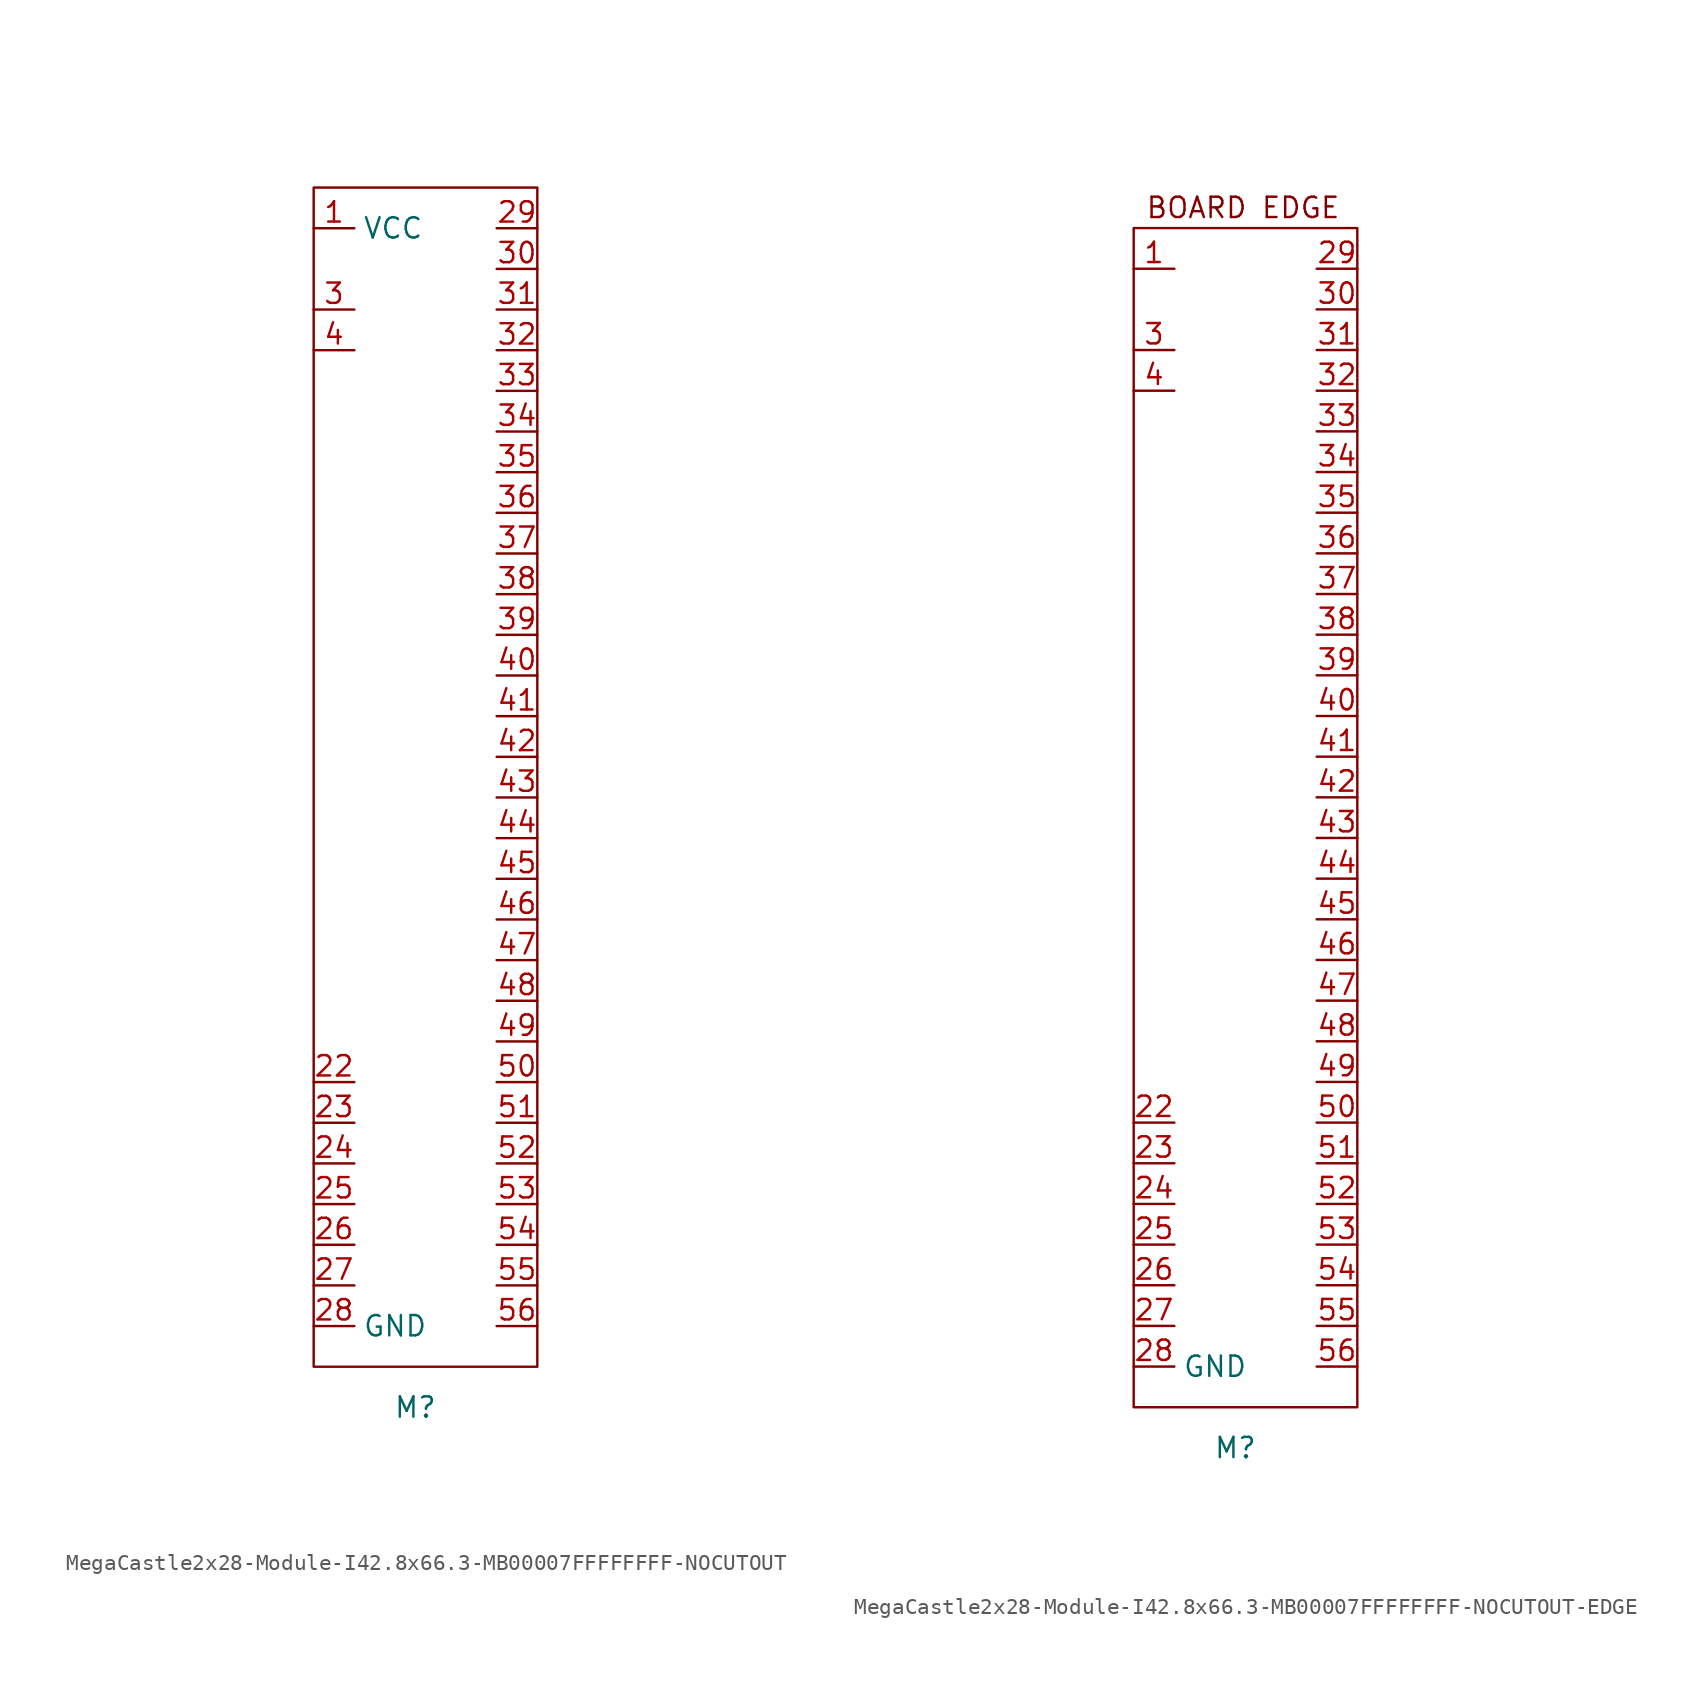
<source format=kicad_sym>
(kicad_symbol_lib
  (version 20241209)
  (generator "kicad_symbol_editor")
  (generator_version "9.0")
  (symbol "MegaCastle2x28-Module-I42.8x66.3-MB00007FFFFFFFF-NOCUTOUT"
    (property "Reference" "M"
      (at 0 -39.37 0)
      (effects (font (size 1.27 1.27))))
    (property "Value" ""
      (at 0 5.08 0)
      (effects (font (size 1.27 1.27))))
    (symbol "MegaCastle2x28-Module-I42.8x66.3-MB00007FFFFFFFF-NOCUTOUT_0_1"
      (rectangle (start -6.35 36.83) (end 7.62 -36.83) (stroke (width 0) (type default)) (fill (type none))))
    (symbol "MegaCastle2x28-Module-I42.8x66.3-MB00007FFFFFFFF-NOCUTOUT_1_1"
      (pin bidirectional line (at -6.35 34.29 0) (length 2.54) (name "VCC" (effects (font (size 1.27 1.27)))) (number "1" (effects (font (size 1.27 1.27)))))
      (pin bidirectional line (at -6.35 29.21 0) (length 2.54) (name "" (effects (font (size 1.27 1.27)))) (number "3" (effects (font (size 1.27 1.27)))))
      (pin bidirectional line (at -6.35 26.67 0) (length 2.54) (name "" (effects (font (size 1.27 1.27)))) (number "4" (effects (font (size 1.27 1.27)))))
      (pin bidirectional line (at -6.35 -19.05 0) (length 2.54) (name "" (effects (font (size 1.27 1.27)))) (number "22" (effects (font (size 1.27 1.27)))))
      (pin bidirectional line (at -6.35 -21.59 0) (length 2.54) (name "" (effects (font (size 1.27 1.27)))) (number "23" (effects (font (size 1.27 1.27)))))
      (pin bidirectional line (at -6.35 -24.13 0) (length 2.54) (name "" (effects (font (size 1.27 1.27)))) (number "24" (effects (font (size 1.27 1.27)))))
      (pin bidirectional line (at -6.35 -26.67 0) (length 2.54) (name "" (effects (font (size 1.27 1.27)))) (number "25" (effects (font (size 1.27 1.27)))))
      (pin bidirectional line (at -6.35 -29.21 0) (length 2.54) (name "" (effects (font (size 1.27 1.27)))) (number "26" (effects (font (size 1.27 1.27)))))
      (pin bidirectional line (at -6.35 -31.75 0) (length 2.54) (name "" (effects (font (size 1.27 1.27)))) (number "27" (effects (font (size 1.27 1.27)))))
      (pin bidirectional line (at -6.35 -34.29 0) (length 2.54) (name "GND" (effects (font (size 1.27 1.27)))) (number "28" (effects (font (size 1.27 1.27)))))
      (pin bidirectional line (at 7.62 34.29 180) (length 2.54) (name "" (effects (font (size 1.27 1.27)))) (number "29" (effects (font (size 1.27 1.27)))))
      (pin bidirectional line (at 7.62 31.75 180) (length 2.54) (name "" (effects (font (size 1.27 1.27)))) (number "30" (effects (font (size 1.27 1.27)))))
      (pin bidirectional line (at 7.62 29.21 180) (length 2.54) (name "" (effects (font (size 1.27 1.27)))) (number "31" (effects (font (size 1.27 1.27)))))
      (pin bidirectional line (at 7.62 26.67 180) (length 2.54) (name "" (effects (font (size 1.27 1.27)))) (number "32" (effects (font (size 1.27 1.27)))))
      (pin bidirectional line (at 7.62 24.13 180) (length 2.54) (name "" (effects (font (size 1.27 1.27)))) (number "33" (effects (font (size 1.27 1.27)))))
      (pin bidirectional line (at 7.62 21.59 180) (length 2.54) (name "" (effects (font (size 1.27 1.27)))) (number "34" (effects (font (size 1.27 1.27)))))
      (pin bidirectional line (at 7.62 19.05 180) (length 2.54) (name "" (effects (font (size 1.27 1.27)))) (number "35" (effects (font (size 1.27 1.27)))))
      (pin bidirectional line (at 7.62 16.51 180) (length 2.54) (name "" (effects (font (size 1.27 1.27)))) (number "36" (effects (font (size 1.27 1.27)))))
      (pin bidirectional line (at 7.62 13.97 180) (length 2.54) (name "" (effects (font (size 1.27 1.27)))) (number "37" (effects (font (size 1.27 1.27)))))
      (pin bidirectional line (at 7.62 11.43 180) (length 2.54) (name "" (effects (font (size 1.27 1.27)))) (number "38" (effects (font (size 1.27 1.27)))))
      (pin bidirectional line (at 7.62 8.89 180) (length 2.54) (name "" (effects (font (size 1.27 1.27)))) (number "39" (effects (font (size 1.27 1.27)))))
      (pin bidirectional line (at 7.62 6.35 180) (length 2.54) (name "" (effects (font (size 1.27 1.27)))) (number "40" (effects (font (size 1.27 1.27)))))
      (pin bidirectional line (at 7.62 3.81 180) (length 2.54) (name "" (effects (font (size 1.27 1.27)))) (number "41" (effects (font (size 1.27 1.27)))))
      (pin bidirectional line (at 7.62 1.27 180) (length 2.54) (name "" (effects (font (size 1.27 1.27)))) (number "42" (effects (font (size 1.27 1.27)))))
      (pin bidirectional line (at 7.62 -1.27 180) (length 2.54) (name "" (effects (font (size 1.27 1.27)))) (number "43" (effects (font (size 1.27 1.27)))))
      (pin bidirectional line (at 7.62 -3.81 180) (length 2.54) (name "" (effects (font (size 1.27 1.27)))) (number "44" (effects (font (size 1.27 1.27)))))
      (pin bidirectional line (at 7.62 -6.35 180) (length 2.54) (name "" (effects (font (size 1.27 1.27)))) (number "45" (effects (font (size 1.27 1.27)))))
      (pin bidirectional line (at 7.62 -8.89 180) (length 2.54) (name "" (effects (font (size 1.27 1.27)))) (number "46" (effects (font (size 1.27 1.27)))))
      (pin bidirectional line (at 7.62 -11.43 180) (length 2.54) (name "" (effects (font (size 1.27 1.27)))) (number "47" (effects (font (size 1.27 1.27)))))
      (pin bidirectional line (at 7.62 -13.97 180) (length 2.54) (name "" (effects (font (size 1.27 1.27)))) (number "48" (effects (font (size 1.27 1.27)))))
      (pin bidirectional line (at 7.62 -16.51 180) (length 2.54) (name "" (effects (font (size 1.27 1.27)))) (number "49" (effects (font (size 1.27 1.27)))))
      (pin bidirectional line (at 7.62 -19.05 180) (length 2.54) (name "" (effects (font (size 1.27 1.27)))) (number "50" (effects (font (size 1.27 1.27)))))
      (pin bidirectional line (at 7.62 -21.59 180) (length 2.54) (name "" (effects (font (size 1.27 1.27)))) (number "51" (effects (font (size 1.27 1.27)))))
      (pin bidirectional line (at 7.62 -24.13 180) (length 2.54) (name "" (effects (font (size 1.27 1.27)))) (number "52" (effects (font (size 1.27 1.27)))))
      (pin bidirectional line (at 7.62 -26.67 180) (length 2.54) (name "" (effects (font (size 1.27 1.27)))) (number "53" (effects (font (size 1.27 1.27)))))
      (pin bidirectional line (at 7.62 -29.21 180) (length 2.54) (name "" (effects (font (size 1.27 1.27)))) (number "54" (effects (font (size 1.27 1.27)))))
      (pin bidirectional line (at 7.62 -31.75 180) (length 2.54) (name "" (effects (font (size 1.27 1.27)))) (number "55" (effects (font (size 1.27 1.27)))))
      (pin bidirectional line (at 7.62 -34.29 180) (length 2.54) (name "" (effects (font (size 1.27 1.27)))) (number "56" (effects (font (size 1.27 1.27)))))))
  (symbol "MegaCastle2x28-Module-I42.8x66.3-MB00007FFFFFFFF-NOCUTOUT-EDGE"
    (property "Reference" "M"
      (at 0 -39.37 0)
      (effects (font (size 1.27 1.27))))
    (property "Value" ""
      (at 0 5.08 0)
      (effects (font (size 1.27 1.27))))
    (symbol "MegaCastle2x28-Module-I42.8x66.3-MB00007FFFFFFFF-NOCUTOUT-EDGE_0_1"
      (rectangle (start -6.35 36.83) (end 7.62 -36.83) (stroke (width 0) (type default)) (fill (type none))))
    (symbol "MegaCastle2x28-Module-I42.8x66.3-MB00007FFFFFFFF-NOCUTOUT-EDGE_1_1"
      (text " BOARD EDGE" (at 0 38.1 0) (effects (font (size 1.27 1.27))))
      (pin bidirectional line (at -6.35 34.29 0) (length 2.54) (name "" (effects (font (size 1.27 1.27)))) (number "1" (effects (font (size 1.27 1.27)))))
      (pin bidirectional line (at -6.35 29.21 0) (length 2.54) (name "" (effects (font (size 1.27 1.27)))) (number "3" (effects (font (size 1.27 1.27)))))
      (pin bidirectional line (at -6.35 26.67 0) (length 2.54) (name "" (effects (font (size 1.27 1.27)))) (number "4" (effects (font (size 1.27 1.27)))))
      (pin bidirectional line (at -6.35 -19.05 0) (length 2.54) (name "" (effects (font (size 1.27 1.27)))) (number "22" (effects (font (size 1.27 1.27)))))
      (pin bidirectional line (at -6.35 -21.59 0) (length 2.54) (name "" (effects (font (size 1.27 1.27)))) (number "23" (effects (font (size 1.27 1.27)))))
      (pin bidirectional line (at -6.35 -24.13 0) (length 2.54) (name "" (effects (font (size 1.27 1.27)))) (number "24" (effects (font (size 1.27 1.27)))))
      (pin bidirectional line (at -6.35 -26.67 0) (length 2.54) (name "" (effects (font (size 1.27 1.27)))) (number "25" (effects (font (size 1.27 1.27)))))
      (pin bidirectional line (at -6.35 -29.21 0) (length 2.54) (name "" (effects (font (size 1.27 1.27)))) (number "26" (effects (font (size 1.27 1.27)))))
      (pin bidirectional line (at -6.35 -31.75 0) (length 2.54) (name "" (effects (font (size 1.27 1.27)))) (number "27" (effects (font (size 1.27 1.27)))))
      (pin bidirectional line (at -6.35 -34.29 0) (length 2.54) (name "GND" (effects (font (size 1.27 1.27)))) (number "28" (effects (font (size 1.27 1.27)))))
      (pin bidirectional line (at 7.62 34.29 180) (length 2.54) (name "" (effects (font (size 1.27 1.27)))) (number "29" (effects (font (size 1.27 1.27)))))
      (pin bidirectional line (at 7.62 31.75 180) (length 2.54) (name "" (effects (font (size 1.27 1.27)))) (number "30" (effects (font (size 1.27 1.27)))))
      (pin bidirectional line (at 7.62 29.21 180) (length 2.54) (name "" (effects (font (size 1.27 1.27)))) (number "31" (effects (font (size 1.27 1.27)))))
      (pin bidirectional line (at 7.62 26.67 180) (length 2.54) (name "" (effects (font (size 1.27 1.27)))) (number "32" (effects (font (size 1.27 1.27)))))
      (pin bidirectional line (at 7.62 24.13 180) (length 2.54) (name "" (effects (font (size 1.27 1.27)))) (number "33" (effects (font (size 1.27 1.27)))))
      (pin bidirectional line (at 7.62 21.59 180) (length 2.54) (name "" (effects (font (size 1.27 1.27)))) (number "34" (effects (font (size 1.27 1.27)))))
      (pin bidirectional line (at 7.62 19.05 180) (length 2.54) (name "" (effects (font (size 1.27 1.27)))) (number "35" (effects (font (size 1.27 1.27)))))
      (pin bidirectional line (at 7.62 16.51 180) (length 2.54) (name "" (effects (font (size 1.27 1.27)))) (number "36" (effects (font (size 1.27 1.27)))))
      (pin bidirectional line (at 7.62 13.97 180) (length 2.54) (name "" (effects (font (size 1.27 1.27)))) (number "37" (effects (font (size 1.27 1.27)))))
      (pin bidirectional line (at 7.62 11.43 180) (length 2.54) (name "" (effects (font (size 1.27 1.27)))) (number "38" (effects (font (size 1.27 1.27)))))
      (pin bidirectional line (at 7.62 8.89 180) (length 2.54) (name "" (effects (font (size 1.27 1.27)))) (number "39" (effects (font (size 1.27 1.27)))))
      (pin bidirectional line (at 7.62 6.35 180) (length 2.54) (name "" (effects (font (size 1.27 1.27)))) (number "40" (effects (font (size 1.27 1.27)))))
      (pin bidirectional line (at 7.62 3.81 180) (length 2.54) (name "" (effects (font (size 1.27 1.27)))) (number "41" (effects (font (size 1.27 1.27)))))
      (pin bidirectional line (at 7.62 1.27 180) (length 2.54) (name "" (effects (font (size 1.27 1.27)))) (number "42" (effects (font (size 1.27 1.27)))))
      (pin bidirectional line (at 7.62 -1.27 180) (length 2.54) (name "" (effects (font (size 1.27 1.27)))) (number "43" (effects (font (size 1.27 1.27)))))
      (pin bidirectional line (at 7.62 -3.81 180) (length 2.54) (name "" (effects (font (size 1.27 1.27)))) (number "44" (effects (font (size 1.27 1.27)))))
      (pin bidirectional line (at 7.62 -6.35 180) (length 2.54) (name "" (effects (font (size 1.27 1.27)))) (number "45" (effects (font (size 1.27 1.27)))))
      (pin bidirectional line (at 7.62 -8.89 180) (length 2.54) (name "" (effects (font (size 1.27 1.27)))) (number "46" (effects (font (size 1.27 1.27)))))
      (pin bidirectional line (at 7.62 -11.43 180) (length 2.54) (name "" (effects (font (size 1.27 1.27)))) (number "47" (effects (font (size 1.27 1.27)))))
      (pin bidirectional line (at 7.62 -13.97 180) (length 2.54) (name "" (effects (font (size 1.27 1.27)))) (number "48" (effects (font (size 1.27 1.27)))))
      (pin bidirectional line (at 7.62 -16.51 180) (length 2.54) (name "" (effects (font (size 1.27 1.27)))) (number "49" (effects (font (size 1.27 1.27)))))
      (pin bidirectional line (at 7.62 -19.05 180) (length 2.54) (name "" (effects (font (size 1.27 1.27)))) (number "50" (effects (font (size 1.27 1.27)))))
      (pin bidirectional line (at 7.62 -21.59 180) (length 2.54) (name "" (effects (font (size 1.27 1.27)))) (number "51" (effects (font (size 1.27 1.27)))))
      (pin bidirectional line (at 7.62 -24.13 180) (length 2.54) (name "" (effects (font (size 1.27 1.27)))) (number "52" (effects (font (size 1.27 1.27)))))
      (pin bidirectional line (at 7.62 -26.67 180) (length 2.54) (name "" (effects (font (size 1.27 1.27)))) (number "53" (effects (font (size 1.27 1.27)))))
      (pin bidirectional line (at 7.62 -29.21 180) (length 2.54) (name "" (effects (font (size 1.27 1.27)))) (number "54" (effects (font (size 1.27 1.27)))))
      (pin bidirectional line (at 7.62 -31.75 180) (length 2.54) (name "" (effects (font (size 1.27 1.27)))) (number "55" (effects (font (size 1.27 1.27)))))
      (pin bidirectional line (at 7.62 -34.29 180) (length 2.54) (name "" (effects (font (size 1.27 1.27)))) (number "56" (effects (font (size 1.27 1.27))))))))
</source>
